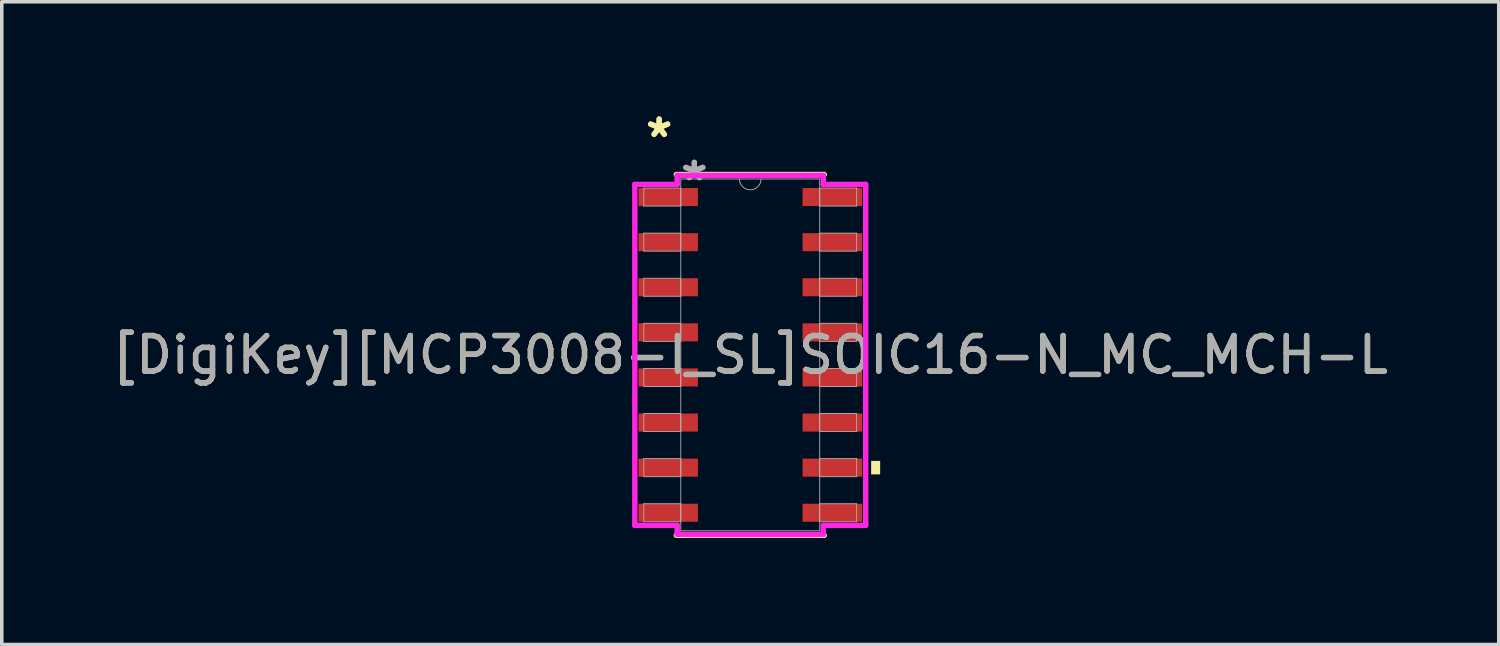
<source format=kicad_pcb>
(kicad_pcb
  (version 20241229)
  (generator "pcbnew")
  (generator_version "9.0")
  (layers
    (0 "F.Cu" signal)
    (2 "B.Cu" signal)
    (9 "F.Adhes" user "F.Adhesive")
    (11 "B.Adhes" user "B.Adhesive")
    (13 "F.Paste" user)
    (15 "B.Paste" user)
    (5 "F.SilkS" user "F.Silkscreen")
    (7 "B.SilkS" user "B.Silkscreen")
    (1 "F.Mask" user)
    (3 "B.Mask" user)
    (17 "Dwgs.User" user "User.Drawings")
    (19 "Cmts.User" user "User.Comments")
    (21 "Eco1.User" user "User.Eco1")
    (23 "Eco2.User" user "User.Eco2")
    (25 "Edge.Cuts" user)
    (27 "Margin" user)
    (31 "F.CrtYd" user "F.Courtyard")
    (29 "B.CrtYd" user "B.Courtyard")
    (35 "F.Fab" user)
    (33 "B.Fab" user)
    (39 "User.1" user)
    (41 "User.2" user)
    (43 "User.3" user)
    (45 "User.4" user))
  (footprint "[DigiKey][MCP3008-I_SL]SOIC16-N_MC_MCH-L"
    (layer "F.Cu")
    (at 18.077 6.944)
    (property "Reference" "[DigiKey][MCP3008-I_SL]SOIC16-N_MC_MCH-L" (at 0 0 0) (unlocked yes) (layer "F.SilkS") (effects (font (size 1 1) (thickness 0.15))))
    (attr smd)
    (fp_line (start -2.083 5.08) (end 2.083 5.08) (stroke (width 0.152) (type solid)) (layer "F.SilkS"))
    (fp_line (start 2.083 -5.08) (end -2.083 -5.08) (stroke (width 0.152) (type solid)) (layer "F.SilkS"))
    (fp_poly (pts (xy 3.658 2.985) (xy 3.658 3.365) (xy 3.404 3.365) (xy 3.404 2.985)) (stroke (width 0) (type solid)) (fill yes) (layer "F.SilkS"))
    (fp_line (start -3.251 -4.801) (end -2.057 -4.801) (stroke (width 0.152) (type solid)) (layer "F.CrtYd"))
    (fp_line (start -3.251 4.801) (end -3.251 -4.801) (stroke (width 0.152) (type solid)) (layer "F.CrtYd"))
    (fp_line (start -3.251 4.801) (end -2.057 4.801) (stroke (width 0.152) (type solid)) (layer "F.CrtYd"))
    (fp_line (start -2.057 -5.055) (end 2.057 -5.055) (stroke (width 0.152) (type solid)) (layer "F.CrtYd"))
    (fp_line (start -2.057 -4.801) (end -2.057 -5.055) (stroke (width 0.152) (type solid)) (layer "F.CrtYd"))
    (fp_line (start -2.057 5.055) (end -2.057 4.801) (stroke (width 0.152) (type solid)) (layer "F.CrtYd"))
    (fp_line (start 2.057 -5.055) (end 2.057 -4.801) (stroke (width 0.152) (type solid)) (layer "F.CrtYd"))
    (fp_line (start 2.057 4.801) (end 2.057 5.055) (stroke (width 0.152) (type solid)) (layer "F.CrtYd"))
    (fp_line (start 2.057 5.055) (end -2.057 5.055) (stroke (width 0.152) (type solid)) (layer "F.CrtYd"))
    (fp_line (start 3.251 -4.801) (end 2.057 -4.801) (stroke (width 0.152) (type solid)) (layer "F.CrtYd"))
    (fp_line (start 3.251 -4.801) (end 3.251 4.801) (stroke (width 0.152) (type solid)) (layer "F.CrtYd"))
    (fp_line (start 3.251 4.801) (end 2.057 4.801) (stroke (width 0.152) (type solid)) (layer "F.CrtYd"))
    (fp_line (start -2.997 -4.699) (end -2.997 -4.191) (stroke (width 0.025) (type solid)) (layer "F.Fab"))
    (fp_line (start -2.997 -4.191) (end -1.956 -4.191) (stroke (width 0.025) (type solid)) (layer "F.Fab"))
    (fp_line (start -2.997 -3.429) (end -2.997 -2.921) (stroke (width 0.025) (type solid)) (layer "F.Fab"))
    (fp_line (start -2.997 -2.921) (end -1.956 -2.921) (stroke (width 0.025) (type solid)) (layer "F.Fab"))
    (fp_line (start -2.997 -2.159) (end -2.997 -1.651) (stroke (width 0.025) (type solid)) (layer "F.Fab"))
    (fp_line (start -2.997 -1.651) (end -1.956 -1.651) (stroke (width 0.025) (type solid)) (layer "F.Fab"))
    (fp_line (start -2.997 -0.889) (end -2.997 -0.381) (stroke (width 0.025) (type solid)) (layer "F.Fab"))
    (fp_line (start -2.997 -0.381) (end -1.956 -0.381) (stroke (width 0.025) (type solid)) (layer "F.Fab"))
    (fp_line (start -2.997 0.381) (end -2.997 0.889) (stroke (width 0.025) (type solid)) (layer "F.Fab"))
    (fp_line (start -2.997 0.889) (end -1.956 0.889) (stroke (width 0.025) (type solid)) (layer "F.Fab"))
    (fp_line (start -2.997 1.651) (end -2.997 2.159) (stroke (width 0.025) (type solid)) (layer "F.Fab"))
    (fp_line (start -2.997 2.159) (end -1.956 2.159) (stroke (width 0.025) (type solid)) (layer "F.Fab"))
    (fp_line (start -2.997 2.921) (end -2.997 3.429) (stroke (width 0.025) (type solid)) (layer "F.Fab"))
    (fp_line (start -2.997 3.429) (end -1.956 3.429) (stroke (width 0.025) (type solid)) (layer "F.Fab"))
    (fp_line (start -2.997 4.191) (end -2.997 4.699) (stroke (width 0.025) (type solid)) (layer "F.Fab"))
    (fp_line (start -2.997 4.699) (end -1.956 4.699) (stroke (width 0.025) (type solid)) (layer "F.Fab"))
    (fp_line (start -1.956 -4.953) (end -1.956 4.953) (stroke (width 0.025) (type solid)) (layer "F.Fab"))
    (fp_line (start -1.956 -4.699) (end -2.997 -4.699) (stroke (width 0.025) (type solid)) (layer "F.Fab"))
    (fp_line (start -1.956 -4.191) (end -1.956 -4.699) (stroke (width 0.025) (type solid)) (layer "F.Fab"))
    (fp_line (start -1.956 -3.429) (end -2.997 -3.429) (stroke (width 0.025) (type solid)) (layer "F.Fab"))
    (fp_line (start -1.956 -2.921) (end -1.956 -3.429) (stroke (width 0.025) (type solid)) (layer "F.Fab"))
    (fp_line (start -1.956 -2.159) (end -2.997 -2.159) (stroke (width 0.025) (type solid)) (layer "F.Fab"))
    (fp_line (start -1.956 -1.651) (end -1.956 -2.159) (stroke (width 0.025) (type solid)) (layer "F.Fab"))
    (fp_line (start -1.956 -0.889) (end -2.997 -0.889) (stroke (width 0.025) (type solid)) (layer "F.Fab"))
    (fp_line (start -1.956 -0.381) (end -1.956 -0.889) (stroke (width 0.025) (type solid)) (layer "F.Fab"))
    (fp_line (start -1.956 0.381) (end -2.997 0.381) (stroke (width 0.025) (type solid)) (layer "F.Fab"))
    (fp_line (start -1.956 0.889) (end -1.956 0.381) (stroke (width 0.025) (type solid)) (layer "F.Fab"))
    (fp_line (start -1.956 1.651) (end -2.997 1.651) (stroke (width 0.025) (type solid)) (layer "F.Fab"))
    (fp_line (start -1.956 2.159) (end -1.956 1.651) (stroke (width 0.025) (type solid)) (layer "F.Fab"))
    (fp_line (start -1.956 2.921) (end -2.997 2.921) (stroke (width 0.025) (type solid)) (layer "F.Fab"))
    (fp_line (start -1.956 3.429) (end -1.956 2.921) (stroke (width 0.025) (type solid)) (layer "F.Fab"))
    (fp_line (start -1.956 4.191) (end -2.997 4.191) (stroke (width 0.025) (type solid)) (layer "F.Fab"))
    (fp_line (start -1.956 4.699) (end -1.956 4.191) (stroke (width 0.025) (type solid)) (layer "F.Fab"))
    (fp_line (start -1.956 4.953) (end 1.956 4.953) (stroke (width 0.025) (type solid)) (layer "F.Fab"))
    (fp_line (start 1.956 -4.953) (end -1.956 -4.953) (stroke (width 0.025) (type solid)) (layer "F.Fab"))
    (fp_line (start 1.956 -4.699) (end 1.956 -4.191) (stroke (width 0.025) (type solid)) (layer "F.Fab"))
    (fp_line (start 1.956 -4.191) (end 2.997 -4.191) (stroke (width 0.025) (type solid)) (layer "F.Fab"))
    (fp_line (start 1.956 -3.429) (end 1.956 -2.921) (stroke (width 0.025) (type solid)) (layer "F.Fab"))
    (fp_line (start 1.956 -2.921) (end 2.997 -2.921) (stroke (width 0.025) (type solid)) (layer "F.Fab"))
    (fp_line (start 1.956 -2.159) (end 1.956 -1.651) (stroke (width 0.025) (type solid)) (layer "F.Fab"))
    (fp_line (start 1.956 -1.651) (end 2.997 -1.651) (stroke (width 0.025) (type solid)) (layer "F.Fab"))
    (fp_line (start 1.956 -0.889) (end 1.956 -0.381) (stroke (width 0.025) (type solid)) (layer "F.Fab"))
    (fp_line (start 1.956 -0.381) (end 2.997 -0.381) (stroke (width 0.025) (type solid)) (layer "F.Fab"))
    (fp_line (start 1.956 0.381) (end 1.956 0.889) (stroke (width 0.025) (type solid)) (layer "F.Fab"))
    (fp_line (start 1.956 0.889) (end 2.997 0.889) (stroke (width 0.025) (type solid)) (layer "F.Fab"))
    (fp_line (start 1.956 1.651) (end 1.956 2.159) (stroke (width 0.025) (type solid)) (layer "F.Fab"))
    (fp_line (start 1.956 2.159) (end 2.997 2.159) (stroke (width 0.025) (type solid)) (layer "F.Fab"))
    (fp_line (start 1.956 2.921) (end 1.956 3.429) (stroke (width 0.025) (type solid)) (layer "F.Fab"))
    (fp_line (start 1.956 3.429) (end 2.997 3.429) (stroke (width 0.025) (type solid)) (layer "F.Fab"))
    (fp_line (start 1.956 4.191) (end 1.956 4.699) (stroke (width 0.025) (type solid)) (layer "F.Fab"))
    (fp_line (start 1.956 4.699) (end 2.997 4.699) (stroke (width 0.025) (type solid)) (layer "F.Fab"))
    (fp_line (start 1.956 4.953) (end 1.956 -4.953) (stroke (width 0.025) (type solid)) (layer "F.Fab"))
    (fp_line (start 2.997 -4.699) (end 1.956 -4.699) (stroke (width 0.025) (type solid)) (layer "F.Fab"))
    (fp_line (start 2.997 -4.191) (end 2.997 -4.699) (stroke (width 0.025) (type solid)) (layer "F.Fab"))
    (fp_line (start 2.997 -3.429) (end 1.956 -3.429) (stroke (width 0.025) (type solid)) (layer "F.Fab"))
    (fp_line (start 2.997 -2.921) (end 2.997 -3.429) (stroke (width 0.025) (type solid)) (layer "F.Fab"))
    (fp_line (start 2.997 -2.159) (end 1.956 -2.159) (stroke (width 0.025) (type solid)) (layer "F.Fab"))
    (fp_line (start 2.997 -1.651) (end 2.997 -2.159) (stroke (width 0.025) (type solid)) (layer "F.Fab"))
    (fp_line (start 2.997 -0.889) (end 1.956 -0.889) (stroke (width 0.025) (type solid)) (layer "F.Fab"))
    (fp_line (start 2.997 -0.381) (end 2.997 -0.889) (stroke (width 0.025) (type solid)) (layer "F.Fab"))
    (fp_line (start 2.997 0.381) (end 1.956 0.381) (stroke (width 0.025) (type solid)) (layer "F.Fab"))
    (fp_line (start 2.997 0.889) (end 2.997 0.381) (stroke (width 0.025) (type solid)) (layer "F.Fab"))
    (fp_line (start 2.997 1.651) (end 1.956 1.651) (stroke (width 0.025) (type solid)) (layer "F.Fab"))
    (fp_line (start 2.997 2.159) (end 2.997 1.651) (stroke (width 0.025) (type solid)) (layer "F.Fab"))
    (fp_line (start 2.997 2.921) (end 1.956 2.921) (stroke (width 0.025) (type solid)) (layer "F.Fab"))
    (fp_line (start 2.997 3.429) (end 2.997 2.921) (stroke (width 0.025) (type solid)) (layer "F.Fab"))
    (fp_line (start 2.997 4.191) (end 1.956 4.191) (stroke (width 0.025) (type solid)) (layer "F.Fab"))
    (fp_line (start 2.997 4.699) (end 2.997 4.191) (stroke (width 0.025) (type solid)) (layer "F.Fab"))
    (fp_arc (start 0.3048 -4.953) (mid 0 -4.6482) (end -0.3048 -4.953) (stroke (width 0.0254) (type solid)) (layer "F.Fab"))
    (fp_text user "*" (at -2.565 -6.096 0) (unlocked yes) (layer "F.SilkS") (effects (font (size 1 1) (thickness 0.15))))
    (fp_text user "*" (at -2.565 -6.096 0) (layer "F.SilkS") (effects (font (size 1 1) (thickness 0.15))))
    (fp_text user "*" (at -1.575 -4.877 0) (unlocked yes) (layer "F.Fab") (effects (font (size 1 1) (thickness 0.15))))
    (fp_text user "*" (at -1.575 -4.877 0) (layer "F.Fab") (effects (font (size 1 1) (thickness 0.15))))
    (fp_text user "${REFERENCE}" (at 0 0 0) (unlocked yes) (layer "F.Fab") (effects (font (size 1 1) (thickness 0.15))))
    (pad "1" smd rect (at -2.311 -4.445) (size 1.676 0.508) (layers "F.Cu" "F.Mask" "F.Paste"))
    (pad "2" smd rect (at -2.311 -3.175) (size 1.676 0.508) (layers "F.Cu" "F.Mask" "F.Paste"))
    (pad "3" smd rect (at -2.311 -1.905) (size 1.676 0.508) (layers "F.Cu" "F.Mask" "F.Paste"))
    (pad "4" smd rect (at -2.311 -0.635) (size 1.676 0.508) (layers "F.Cu" "F.Mask" "F.Paste"))
    (pad "5" smd rect (at -2.311 0.635) (size 1.676 0.508) (layers "F.Cu" "F.Mask" "F.Paste"))
    (pad "6" smd rect (at -2.311 1.905) (size 1.676 0.508) (layers "F.Cu" "F.Mask" "F.Paste"))
    (pad "7" smd rect (at -2.311 3.175) (size 1.676 0.508) (layers "F.Cu" "F.Mask" "F.Paste"))
    (pad "8" smd rect (at -2.311 4.445) (size 1.676 0.508) (layers "F.Cu" "F.Mask" "F.Paste"))
    (pad "9" smd rect (at 2.311 4.445) (size 1.676 0.508) (layers "F.Cu" "F.Mask" "F.Paste"))
    (pad "10" smd rect (at 2.311 3.175) (size 1.676 0.508) (layers "F.Cu" "F.Mask" "F.Paste"))
    (pad "11" smd rect (at 2.311 1.905) (size 1.676 0.508) (layers "F.Cu" "F.Mask" "F.Paste"))
    (pad "12" smd rect (at 2.311 0.635) (size 1.676 0.508) (layers "F.Cu" "F.Mask" "F.Paste"))
    (pad "13" smd rect (at 2.311 -0.635) (size 1.676 0.508) (layers "F.Cu" "F.Mask" "F.Paste"))
    (pad "14" smd rect (at 2.311 -1.905) (size 1.676 0.508) (layers "F.Cu" "F.Mask" "F.Paste"))
    (pad "15" smd rect (at 2.311 -3.175) (size 1.676 0.508) (layers "F.Cu" "F.Mask" "F.Paste"))
    (pad "16" smd rect (at 2.311 -4.445) (size 1.676 0.508) (layers "F.Cu" "F.Mask" "F.Paste")))
  (gr_rect
    (start -3 -3)
    (end 39.155 15.1)
    (stroke (width 0.1) (type default))
    (fill no)
    (layer "Edge.Cuts")))
</source>
